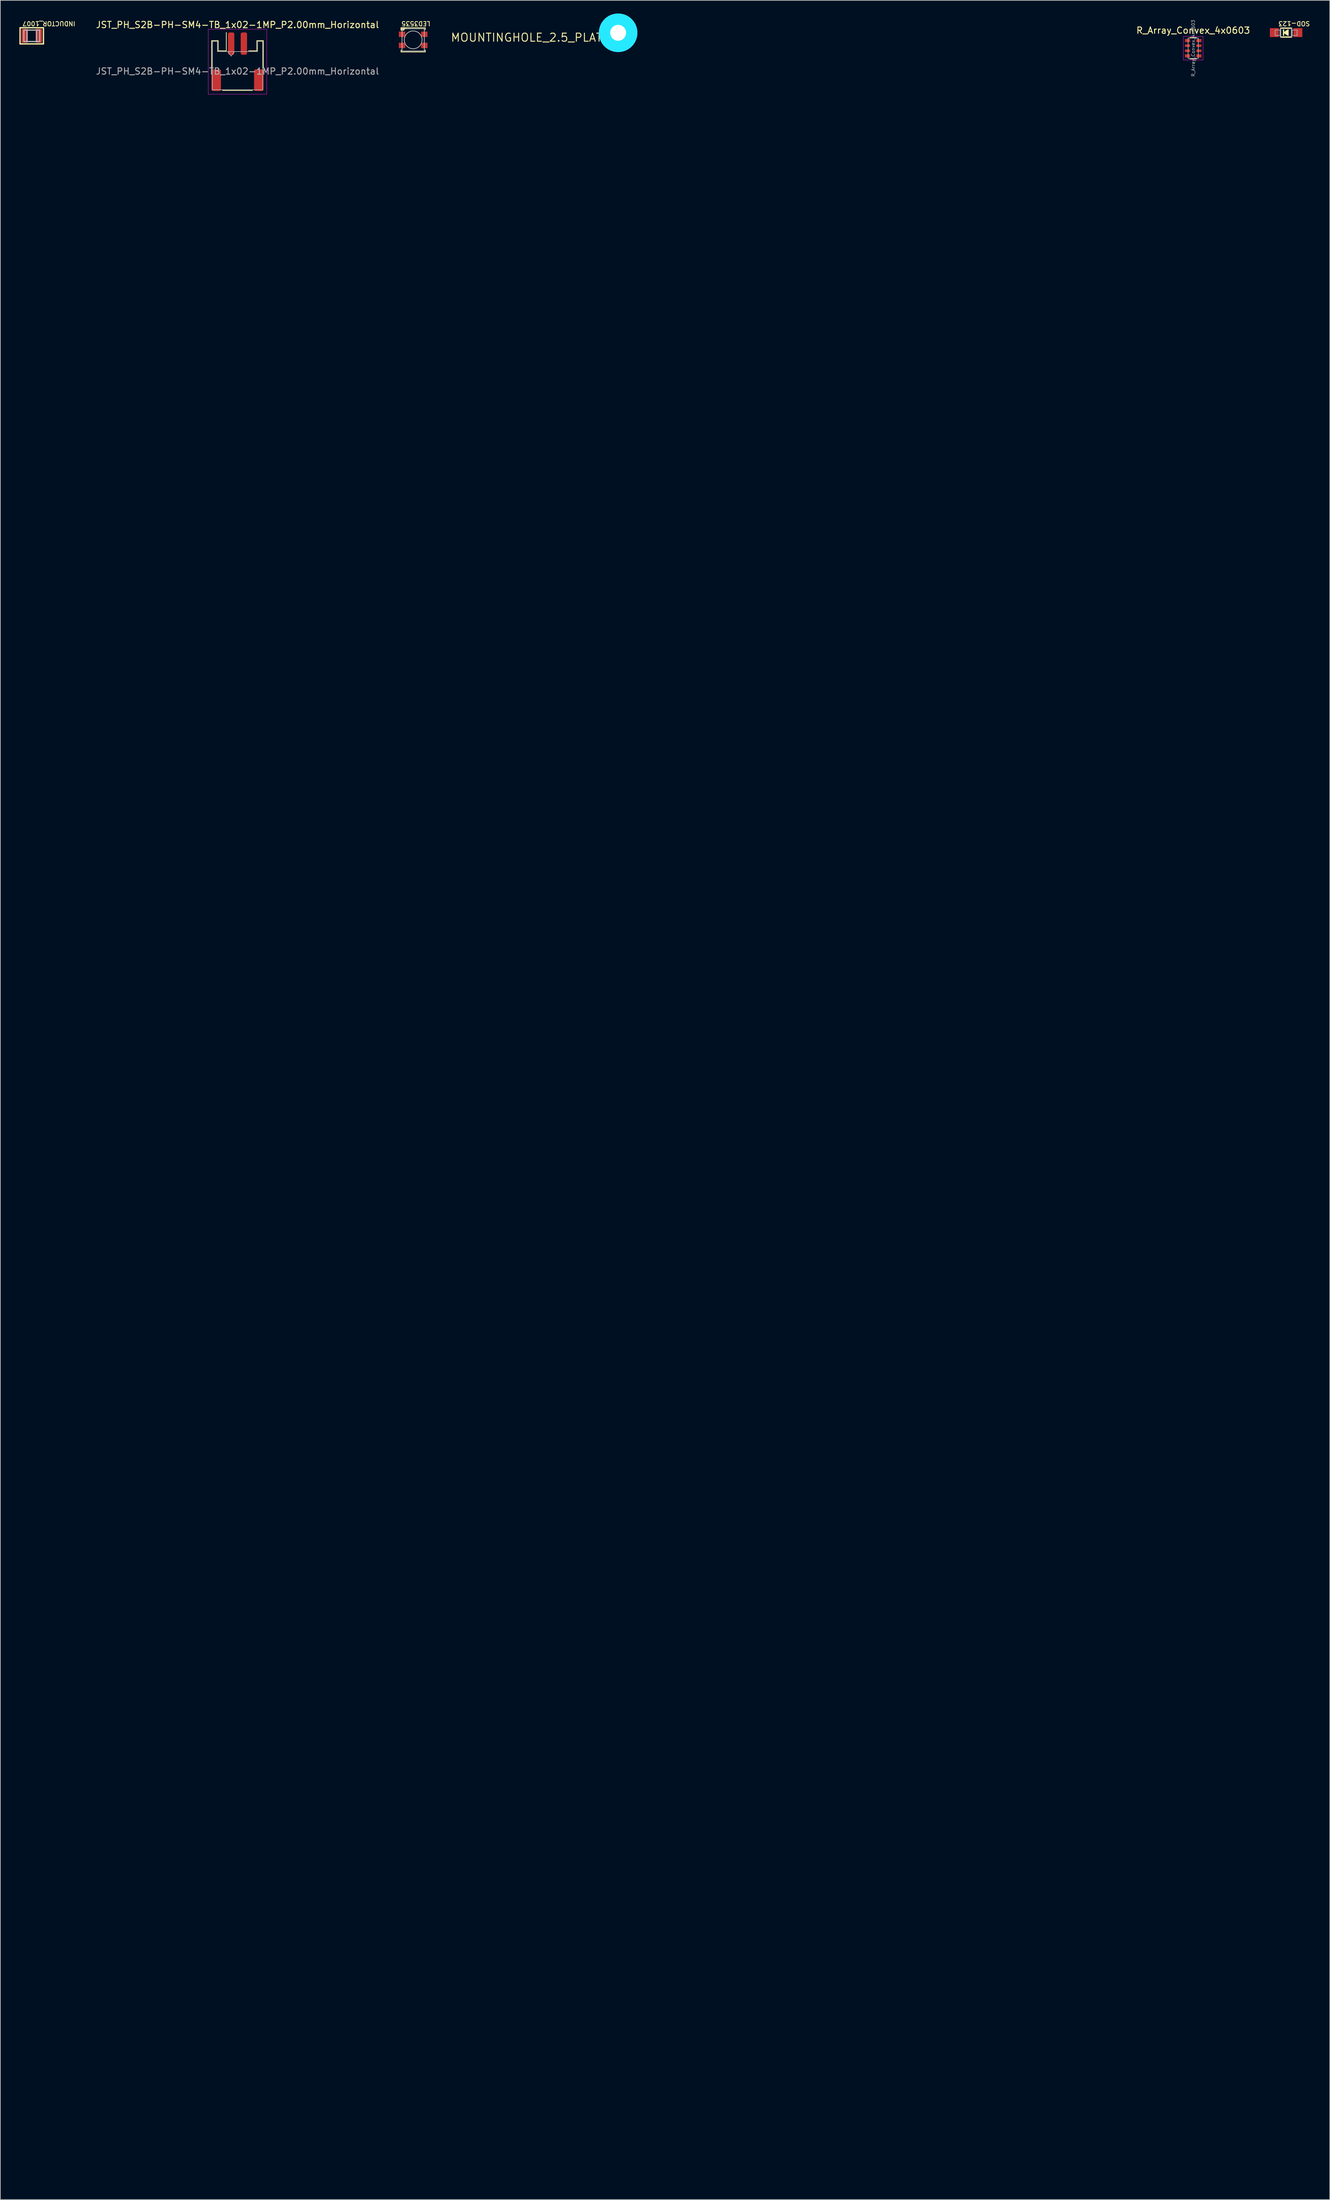
<source format=kicad_pcb>
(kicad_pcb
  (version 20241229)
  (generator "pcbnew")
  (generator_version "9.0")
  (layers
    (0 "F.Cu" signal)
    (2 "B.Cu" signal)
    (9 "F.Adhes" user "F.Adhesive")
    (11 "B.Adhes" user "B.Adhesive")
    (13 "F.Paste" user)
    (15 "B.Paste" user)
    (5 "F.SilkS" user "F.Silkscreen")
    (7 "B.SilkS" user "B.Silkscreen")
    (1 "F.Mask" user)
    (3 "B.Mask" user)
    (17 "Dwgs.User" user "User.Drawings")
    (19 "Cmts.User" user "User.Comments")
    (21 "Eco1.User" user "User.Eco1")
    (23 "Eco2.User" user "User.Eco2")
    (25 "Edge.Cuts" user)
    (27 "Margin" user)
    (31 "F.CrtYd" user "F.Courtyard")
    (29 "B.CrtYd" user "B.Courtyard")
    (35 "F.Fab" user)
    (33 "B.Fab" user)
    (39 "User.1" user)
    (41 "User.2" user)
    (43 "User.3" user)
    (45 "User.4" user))
  (footprint "MOUNTINGHOLE_2.5_PLATED"
    (layer "F.Cu")
    (at 94.116 2.102)
    (property "Reference" "MOUNTINGHOLE_2.5_PLATED" (at 0 0 0) (layer "F.SilkS") (effects (font (size 1.27 1.27) (thickness 0.15)) (justify right top)))
    (fp_circle (center 0 0) (end 2 0) (stroke (width 0.203) (type solid)) (fill no) (layer "F.SilkS"))
    (fp_circle (center 0 0) (end 1 0) (stroke (width 2.032) (type solid)) (fill no) (layer "B.CrtYd"))
    (fp_circle (center 0 0) (end 1 0) (stroke (width 2.032) (type solid)) (fill no) (layer "F.CrtYd"))
    (pad "P$1" thru_hole circle (at 0 0) (size 3.2 3.2) (drill 2.5) (layers "*.Cu" "*.Mask"))
    (zone (net_name "") (layer "F.Cu") (hatch edge 0.5) (connect_pads) (min_thickness 0.25) (filled_areas_thickness no) (keepout (tracks not_allowed) (vias not_allowed) (pads not_allowed) (copperpour not_allowed) (footprints allowed)) (placement (enabled no)) (fill) (polygon (pts (xy 172.459 337.509) (xy 172.439 337.228) (xy 172.381 336.953) (xy 172.285 336.689) (xy 172.153 336.44) (xy 171.987 336.213) (xy 171.792 336.01) (xy 171.57 335.837) (xy 171.327 335.697) (xy 171.066 335.591) (xy 170.793 335.523) (xy 170.513 335.494) (xy 170.232 335.504) (xy 169.955 335.552) (xy 169.688 335.639) (xy 169.435 335.763) (xy 169.202 335.92) (xy 168.993 336.108) (xy 168.812 336.324) (xy 168.663 336.562) (xy 168.549 336.819) (xy 168.471 337.089) (xy 168.432 337.368) (xy 168.432 337.649) (xy 168.471 337.928) (xy 168.549 338.198) (xy 168.663 338.455) (xy 168.812 338.694) (xy 168.993 338.909) (xy 169.202 339.097) (xy 169.435 339.255) (xy 169.688 339.378) (xy 169.955 339.465) (xy 170.232 339.514) (xy 170.513 339.523) (xy 170.793 339.494) (xy 171.066 339.426) (xy 171.327 339.321) (xy 171.57 339.18) (xy 171.792 339.007) (xy 171.987 338.804) (xy 172.153 338.577) (xy 172.285 338.329) (xy 172.381 338.064) (xy 172.439 337.789))) (polygon (pts (xy 170.427 337.509) (xy 170.432 337.52) (xy 170.443 337.525) (xy 170.454 337.52) (xy 170.459 337.509) (xy 170.454 337.497) (xy 170.443 337.493) (xy 170.432 337.497))))
    (zone (net_name "") (layer "B.Cu") (hatch edge 0.5) (connect_pads) (min_thickness 0.25) (filled_areas_thickness no) (keepout (tracks not_allowed) (vias not_allowed) (pads not_allowed) (copperpour not_allowed) (footprints allowed)) (placement (enabled no)) (fill) (polygon (pts (xy 172.459 337.509) (xy 172.439 337.228) (xy 172.381 336.953) (xy 172.285 336.689) (xy 172.153 336.44) (xy 171.987 336.213) (xy 171.792 336.01) (xy 171.57 335.837) (xy 171.327 335.697) (xy 171.066 335.591) (xy 170.793 335.523) (xy 170.513 335.494) (xy 170.232 335.504) (xy 169.955 335.552) (xy 169.688 335.639) (xy 169.435 335.763) (xy 169.202 335.92) (xy 168.993 336.108) (xy 168.812 336.324) (xy 168.663 336.562) (xy 168.549 336.819) (xy 168.471 337.089) (xy 168.432 337.368) (xy 168.432 337.649) (xy 168.471 337.928) (xy 168.549 338.198) (xy 168.663 338.455) (xy 168.812 338.694) (xy 168.993 338.909) (xy 169.202 339.097) (xy 169.435 339.255) (xy 169.688 339.378) (xy 169.955 339.465) (xy 170.232 339.514) (xy 170.513 339.523) (xy 170.793 339.494) (xy 171.066 339.426) (xy 171.327 339.321) (xy 171.57 339.18) (xy 171.792 339.007) (xy 171.987 338.804) (xy 172.153 338.577) (xy 172.285 338.329) (xy 172.381 338.064) (xy 172.439 337.789))) (polygon (pts (xy 170.427 337.509) (xy 170.432 337.52) (xy 170.443 337.525) (xy 170.454 337.52) (xy 170.459 337.509) (xy 170.454 337.497) (xy 170.443 337.493) (xy 170.432 337.497)))))
  (footprint "INDUCTOR_1007"
    (layer "F.Cu")
    (at 1.943 2.577)
    (property "Reference" "INDUCTOR_1007" (at -1.524 -1.524 180) (unlocked yes) (layer "F.SilkS") (effects (font (size 0.693 0.693) (thickness 0.12)) (justify right top)))
    (fp_line (start -1.841 -1.27) (end 1.841 -1.27) (stroke (width 0.203) (type solid)) (layer "F.SilkS"))
    (fp_line (start -1.841 1.27) (end -1.841 -1.27) (stroke (width 0.203) (type solid)) (layer "F.SilkS"))
    (fp_line (start 1.841 -1.27) (end 1.841 1.27) (stroke (width 0.203) (type solid)) (layer "F.SilkS"))
    (fp_line (start 1.841 1.27) (end -1.841 1.27) (stroke (width 0.203) (type solid)) (layer "F.SilkS"))
    (fp_line (start -1.25 -0.9) (end -0.75 -0.9) (stroke (width 0.203) (type solid)) (layer "F.Fab"))
    (fp_line (start -1.25 0.9) (end -1.25 -0.9) (stroke (width 0.203) (type solid)) (layer "F.Fab"))
    (fp_line (start -1.25 0.9) (end -0.75 0.9) (stroke (width 0.203) (type solid)) (layer "F.Fab"))
    (fp_line (start -0.75 -0.9) (end 0.75 -0.9) (stroke (width 0.203) (type solid)) (layer "F.Fab"))
    (fp_line (start -0.75 0.9) (end -0.75 -0.9) (stroke (width 0.203) (type solid)) (layer "F.Fab"))
    (fp_line (start -0.75 0.9) (end 0.75 0.9) (stroke (width 0.203) (type solid)) (layer "F.Fab"))
    (fp_line (start 0.75 -0.9) (end 1.25 -0.9) (stroke (width 0.203) (type solid)) (layer "F.Fab"))
    (fp_line (start 0.75 0.9) (end 0.75 -0.9) (stroke (width 0.203) (type solid)) (layer "F.Fab"))
    (fp_line (start 0.75 0.9) (end 1.25 0.9) (stroke (width 0.203) (type solid)) (layer "F.Fab"))
    (fp_line (start 1.25 0.9) (end 1.25 -0.9) (stroke (width 0.203) (type solid)) (layer "F.Fab"))
    (pad "P$1" smd rect (at -1.127 0) (size 1.016 2.2) (layers "F.Cu" "F.Mask" "F.Paste"))
    (pad "P$2" smd rect (at 1.127 0) (size 1.016 2.2) (layers "F.Cu" "F.Mask" "F.Paste")))
  (footprint "JST_PH_S2B-PH-SM4-TB_1x02-1MP_P2.00mm_Horizontal"
    (layer "F.Cu")
    (at 34.285 6.648)
    (property "Reference" "JST_PH_S2B-PH-SM4-TB_1x02-1MP_P2.00mm_Horizontal" (at 0 -5.8 180) (layer "F.SilkS") (effects (font (size 1 1) (thickness 0.15))))
    (attr smd)
    (fp_line (start -4.06 -3.31) (end -3.04 -3.31) (stroke (width 0.12) (type solid)) (layer "F.SilkS"))
    (fp_line (start -4.06 0.94) (end -4.06 -3.31) (stroke (width 0.12) (type solid)) (layer "F.SilkS"))
    (fp_line (start -3.04 -3.31) (end -3.04 -1.71) (stroke (width 0.12) (type solid)) (layer "F.SilkS"))
    (fp_line (start -3.04 -1.71) (end -1.76 -1.71) (stroke (width 0.12) (type solid)) (layer "F.SilkS"))
    (fp_line (start -2.34 4.51) (end 2.34 4.51) (stroke (width 0.12) (type solid)) (layer "F.SilkS"))
    (fp_line (start -1.76 -1.71) (end -1.76 -4.6) (stroke (width 0.12) (type solid)) (layer "F.SilkS"))
    (fp_line (start 3.04 -3.31) (end 3.04 -1.71) (stroke (width 0.12) (type solid)) (layer "F.SilkS"))
    (fp_line (start 3.04 -1.71) (end 1.76 -1.71) (stroke (width 0.12) (type solid)) (layer "F.SilkS"))
    (fp_line (start 4.06 -3.31) (end 3.04 -3.31) (stroke (width 0.12) (type solid)) (layer "F.SilkS"))
    (fp_line (start 4.06 0.94) (end 4.06 -3.31) (stroke (width 0.12) (type solid)) (layer "F.SilkS"))
    (fp_line (start -4.6 -5.1) (end -4.6 5.1) (stroke (width 0.05) (type solid)) (layer "F.CrtYd"))
    (fp_line (start -4.6 5.1) (end 4.6 5.1) (stroke (width 0.05) (type solid)) (layer "F.CrtYd"))
    (fp_line (start 4.6 -5.1) (end -4.6 -5.1) (stroke (width 0.05) (type solid)) (layer "F.CrtYd"))
    (fp_line (start 4.6 5.1) (end 4.6 -5.1) (stroke (width 0.05) (type solid)) (layer "F.CrtYd"))
    (fp_line (start -3.95 -3.2) (end -3.95 4.4) (stroke (width 0.1) (type solid)) (layer "F.Fab"))
    (fp_line (start -3.95 -3.2) (end -3.15 -3.2) (stroke (width 0.1) (type solid)) (layer "F.Fab"))
    (fp_line (start -3.95 4.4) (end 3.95 4.4) (stroke (width 0.1) (type solid)) (layer "F.Fab"))
    (fp_line (start -3.15 -3.2) (end -3.15 -1.6) (stroke (width 0.1) (type solid)) (layer "F.Fab"))
    (fp_line (start -3.15 -1.6) (end 3.15 -1.6) (stroke (width 0.1) (type solid)) (layer "F.Fab"))
    (fp_line (start -1.5 -1.6) (end -1 -0.893) (stroke (width 0.1) (type solid)) (layer "F.Fab"))
    (fp_line (start -1 -0.893) (end -0.5 -1.6) (stroke (width 0.1) (type solid)) (layer "F.Fab"))
    (fp_line (start 3.15 -3.2) (end 3.95 -3.2) (stroke (width 0.1) (type solid)) (layer "F.Fab"))
    (fp_line (start 3.15 -1.6) (end 3.15 -3.2) (stroke (width 0.1) (type solid)) (layer "F.Fab"))
    (fp_line (start 3.95 -3.2) (end 3.95 4.4) (stroke (width 0.1) (type solid)) (layer "F.Fab"))
    (fp_text user "${REFERENCE}" (at 0 1.5 180) (layer "F.Fab") (effects (font (size 1 1) (thickness 0.15))))
    (pad "1" smd roundrect (at -1 -2.85) (size 1 3.5) (layers "F.Cu" "F.Mask" "F.Paste") (roundrect_rratio 0.25))
    (pad "2" smd roundrect (at 1 -2.85) (size 1 3.5) (layers "F.Cu" "F.Mask" "F.Paste") (roundrect_rratio 0.25))
    (pad "MP" smd roundrect (at -3.35 2.9) (size 1.5 3.4) (layers "F.Cu" "F.Mask" "F.Paste") (roundrect_rratio 0.167))
    (pad "MP" smd roundrect (at 3.35 2.9) (size 1.5 3.4) (layers "F.Cu" "F.Mask" "F.Paste") (roundrect_rratio 0.167)))
  (footprint "R_Array_Convex_4x0603"
    (layer "F.Cu")
    (at 184.513 4.527)
    (property "Reference" "R_Array_Convex_4x0603" (at 0 -2.8 180) (layer "F.SilkS") (effects (font (size 1 1) (thickness 0.15))))
    (attr smd)
    (fp_line (start 0.5 -1.68) (end -0.5 -1.68) (stroke (width 0.12) (type solid)) (layer "F.SilkS"))
    (fp_line (start 0.5 1.68) (end -0.5 1.68) (stroke (width 0.12) (type solid)) (layer "F.SilkS"))
    (fp_line (start -1.55 -1.85) (end -1.55 1.85) (stroke (width 0.05) (type solid)) (layer "F.CrtYd"))
    (fp_line (start -1.55 -1.85) (end 1.55 -1.85) (stroke (width 0.05) (type solid)) (layer "F.CrtYd"))
    (fp_line (start 1.55 1.85) (end -1.55 1.85) (stroke (width 0.05) (type solid)) (layer "F.CrtYd"))
    (fp_line (start 1.55 1.85) (end 1.55 -1.85) (stroke (width 0.05) (type solid)) (layer "F.CrtYd"))
    (fp_line (start -0.8 -1.6) (end 0.8 -1.6) (stroke (width 0.1) (type solid)) (layer "F.Fab"))
    (fp_line (start -0.8 1.6) (end -0.8 -1.6) (stroke (width 0.1) (type solid)) (layer "F.Fab"))
    (fp_line (start 0.8 -1.6) (end 0.8 1.6) (stroke (width 0.1) (type solid)) (layer "F.Fab"))
    (fp_line (start 0.8 1.6) (end -0.8 1.6) (stroke (width 0.1) (type solid)) (layer "F.Fab"))
    (fp_text user "${REFERENCE}" (at 0 0 270) (layer "F.Fab") (effects (font (size 0.5 0.5) (thickness 0.075))))
    (pad "1" smd rect (at -0.9 -1.2) (size 0.8 0.5) (layers "F.Cu" "F.Mask" "F.Paste"))
    (pad "2" smd rect (at -0.9 -0.4) (size 0.8 0.4) (layers "F.Cu" "F.Mask" "F.Paste"))
    (pad "3" smd rect (at -0.9 0.4) (size 0.8 0.4) (layers "F.Cu" "F.Mask" "F.Paste"))
    (pad "4" smd rect (at -0.9 1.2) (size 0.8 0.5) (layers "F.Cu" "F.Mask" "F.Paste"))
    (pad "5" smd rect (at 0.9 1.2) (size 0.8 0.5) (layers "F.Cu" "F.Mask" "F.Paste"))
    (pad "6" smd rect (at 0.9 0.4) (size 0.8 0.4) (layers "F.Cu" "F.Mask" "F.Paste"))
    (pad "7" smd rect (at 0.9 -0.4) (size 0.8 0.4) (layers "F.Cu" "F.Mask" "F.Paste"))
    (pad "8" smd rect (at 0.9 -1.2) (size 0.8 0.5) (layers "F.Cu" "F.Mask" "F.Paste")))
  (footprint "LED3535"
    (layer "F.Cu")
    (at 61.898 3.212)
    (property "Reference" "LED3535" (at -1.905 -2.159 180) (unlocked yes) (layer "F.SilkS") (effects (font (size 0.693 0.693) (thickness 0.12)) (justify right top)))
    (fp_line (start -1.9 -1.9) (end 1.9 -1.9) (stroke (width 0.127) (type solid)) (layer "F.SilkS"))
    (fp_line (start -1.9 -1.6) (end -1.9 -1.9) (stroke (width 0.127) (type solid)) (layer "F.SilkS"))
    (fp_line (start -1.9 1.6) (end -1.9 1.9) (stroke (width 0.127) (type solid)) (layer "F.SilkS"))
    (fp_line (start -1.9 1.9) (end 1.9 1.9) (stroke (width 0.127) (type solid)) (layer "F.SilkS"))
    (fp_line (start 1.9 -1.9) (end 1.9 -1.6) (stroke (width 0.127) (type solid)) (layer "F.SilkS"))
    (fp_line (start 1.9 1.9) (end 1.9 1.6) (stroke (width 0.127) (type solid)) (layer "F.SilkS"))
    (fp_poly (pts (xy -1.498 -1.46) (xy -1.968 -1.46) (xy -1.968 -1.968) (xy -0.99 -1.968)) (stroke (width 0) (type default)) (fill yes) (layer "F.SilkS"))
    (fp_line (start -1.75 -1.75) (end 1.75 -1.75) (stroke (width 0.127) (type solid)) (layer "F.Fab"))
    (fp_line (start -1.75 1.75) (end -1.75 -1.75) (stroke (width 0.127) (type solid)) (layer "F.Fab"))
    (fp_line (start 1.75 -1.75) (end 1.75 1.75) (stroke (width 0.127) (type solid)) (layer "F.Fab"))
    (fp_line (start 1.75 1.75) (end -1.75 1.75) (stroke (width 0.127) (type solid)) (layer "F.Fab"))
    (fp_circle (center 0 0) (end 1.4 0) (stroke (width 0.127) (type solid)) (fill no) (layer "F.Fab"))
    (pad "1" smd rect (at -1.75 -0.875 90) (size 0.85 1) (layers "F.Cu" "F.Mask" "F.Paste"))
    (pad "2" smd rect (at -1.75 0.875 90) (size 0.85 1) (layers "F.Cu" "F.Mask" "F.Paste"))
    (pad "3" smd rect (at 1.75 0.875 90) (size 0.85 1) (layers "F.Cu" "F.Mask" "F.Paste"))
    (pad "4" smd rect (at 1.75 -0.875 90) (size 0.85 1) (layers "F.Cu" "F.Mask" "F.Paste")))
  (footprint "SOD-123"
    (layer "F.Cu")
    (at 199.116 2.069)
    (property "Reference" "SOD-123" (at -1.27 -1.016 180) (unlocked yes) (layer "F.SilkS") (effects (font (size 0.693 0.693) (thickness 0.12)) (justify right top)))
    (fp_line (start -0.873 -0.7) (end 0.873 -0.7) (stroke (width 0.203) (type solid)) (layer "F.SilkS"))
    (fp_line (start -0.3 0) (end 0.3 -0.4) (stroke (width 0.203) (type solid)) (layer "F.SilkS"))
    (fp_line (start 0.3 -0.4) (end 0.3 0.4) (stroke (width 0.203) (type solid)) (layer "F.SilkS"))
    (fp_line (start 0.3 0.4) (end -0.3 0) (stroke (width 0.203) (type solid)) (layer "F.SilkS"))
    (fp_line (start 0.873 0.7) (end -0.873 0.7) (stroke (width 0.203) (type solid)) (layer "F.SilkS"))
    (fp_poly (pts (xy 0.302 0.39) (xy -0.283 0) (xy 0.302 -0.39)) (stroke (width 0) (type default)) (fill yes) (layer "F.SilkS"))
    (fp_poly (pts (xy -0.5 0.5) (xy -0.3 0.5) (xy -0.3 -0.5) (xy -0.5 -0.5)) (stroke (width 0) (type default)) (fill yes) (layer "F.SilkS"))
    (fp_line (start -0.873 0.7) (end -0.873 -0.7) (stroke (width 0.203) (type solid)) (layer "F.Fab"))
    (fp_line (start 0.873 -0.7) (end 0.873 0.7) (stroke (width 0.203) (type solid)) (layer "F.Fab"))
    (fp_poly (pts (xy -1.723 0.45) (xy -0.973 0.45) (xy -0.973 -0.4) (xy -1.723 -0.4)) (stroke (width 0.1) (type default)) (fill no) (layer "F.Fab"))
    (fp_poly (pts (xy 0.973 0.45) (xy 1.723 0.45) (xy 1.723 -0.4) (xy 0.973 -0.4)) (stroke (width 0.1) (type default)) (fill no) (layer "F.Fab"))
    (pad "A" smd rect (at 1.85 0 90) (size 1.4 1.4) (layers "F.Cu" "F.Mask" "F.Paste"))
    (pad "C" smd rect (at -1.85 0 90) (size 1.4 1.4) (layers "F.Cu" "F.Mask" "F.Paste")))
  (gr_rect
    (start -3 -3)
    (end 205.983 342.523)
    (stroke (width 0.1) (type default))
    (fill no)
    (layer "Edge.Cuts")))
</source>
